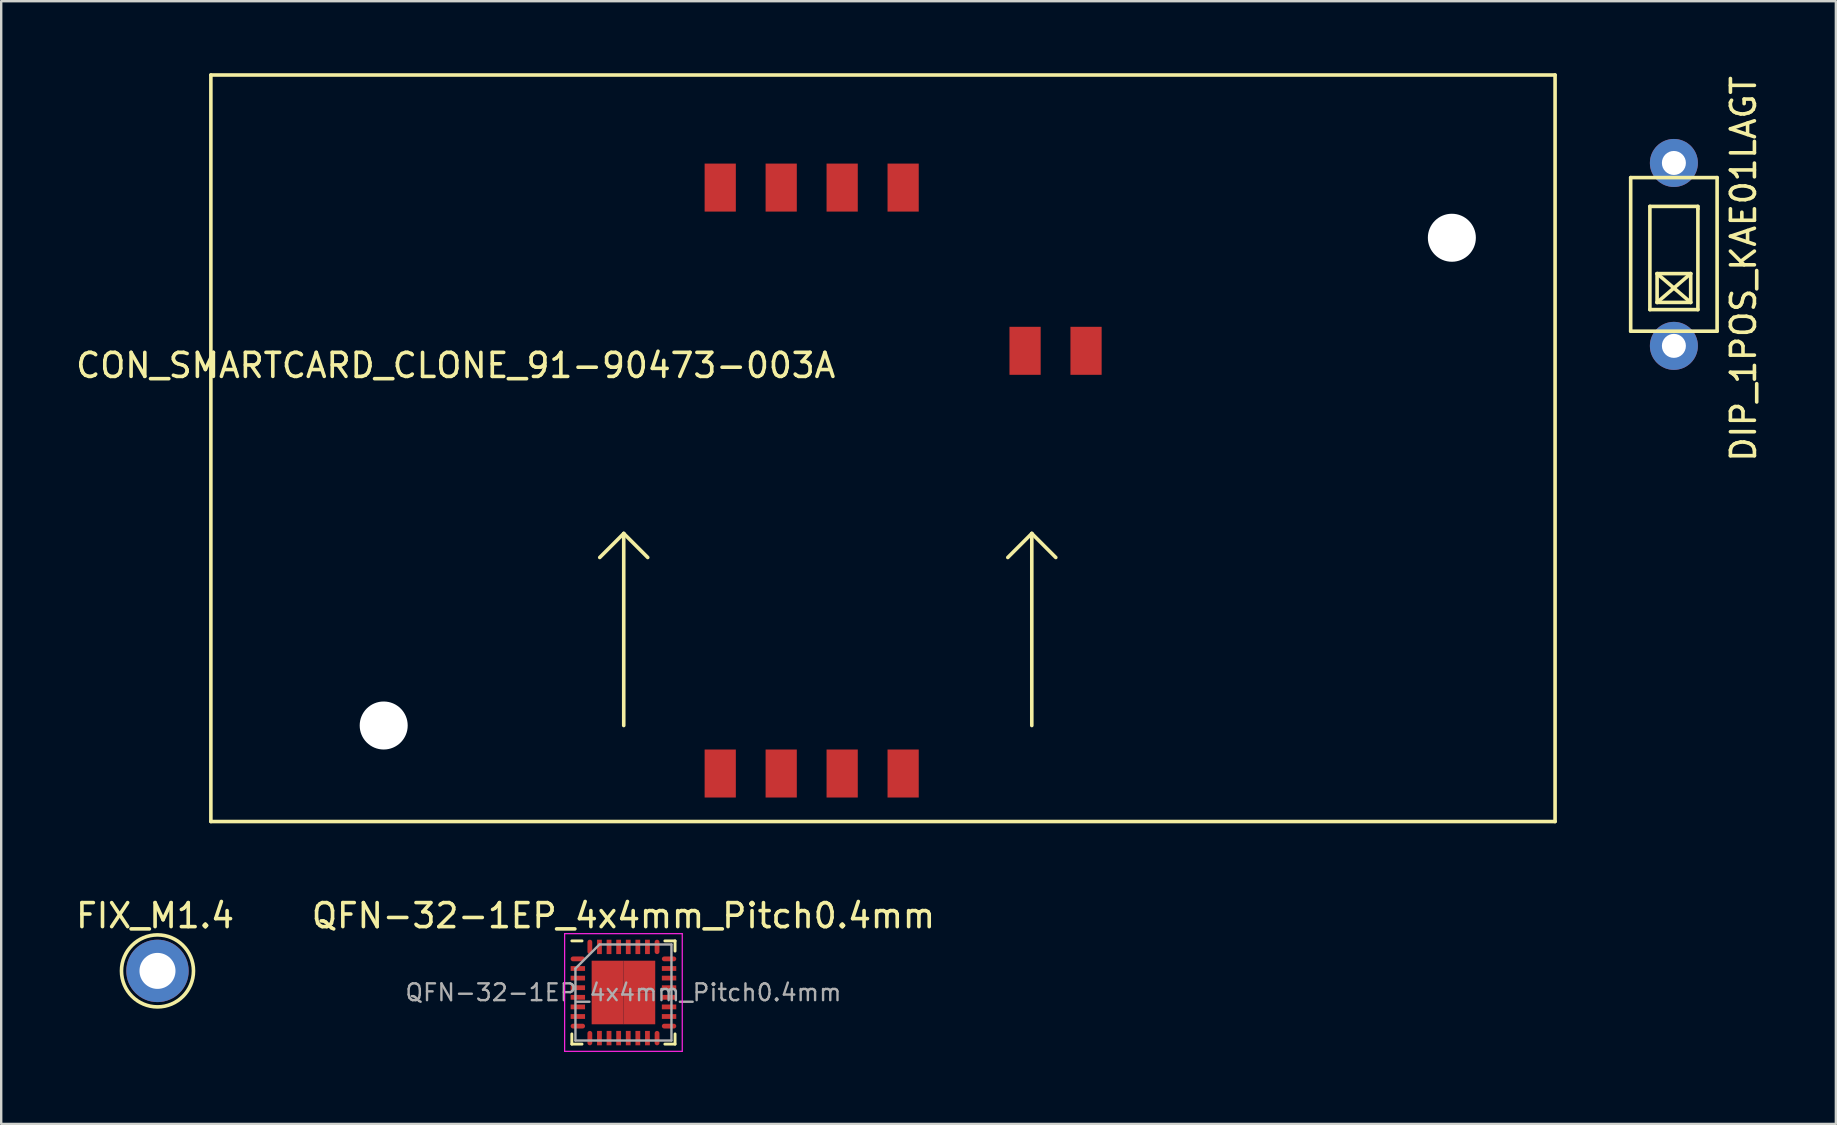
<source format=kicad_pcb>
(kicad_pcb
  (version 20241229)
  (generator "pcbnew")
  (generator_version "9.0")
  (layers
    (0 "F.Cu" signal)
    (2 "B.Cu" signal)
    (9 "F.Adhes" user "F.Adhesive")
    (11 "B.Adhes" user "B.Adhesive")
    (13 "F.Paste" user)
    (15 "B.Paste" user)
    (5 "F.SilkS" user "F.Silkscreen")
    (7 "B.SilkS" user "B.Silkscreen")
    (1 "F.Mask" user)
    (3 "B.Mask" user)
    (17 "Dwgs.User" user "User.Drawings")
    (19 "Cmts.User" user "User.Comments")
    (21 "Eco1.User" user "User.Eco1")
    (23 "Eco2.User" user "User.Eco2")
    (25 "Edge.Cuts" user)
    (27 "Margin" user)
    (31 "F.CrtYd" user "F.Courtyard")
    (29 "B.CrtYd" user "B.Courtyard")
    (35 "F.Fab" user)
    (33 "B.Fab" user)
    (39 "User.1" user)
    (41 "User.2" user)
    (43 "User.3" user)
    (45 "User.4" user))
  (footprint "DIP_1POS_KAE01LAGT"
    (layer "F.Cu")
    (at 66.685 7.549)
    (property "Reference" "DIP_1POS_KAE01LAGT" (at 2.9 0.6 90) (layer "F.SilkS") (effects (font (size 1 1) (thickness 0.15))))
    (attr through_hole)
    (fp_line (start -1.8 -3.2) (end 1.8 -3.2) (stroke (width 0.15) (type solid)) (layer "F.SilkS"))
    (fp_line (start -1.8 3.2) (end -1.8 -3.2) (stroke (width 0.15) (type solid)) (layer "F.SilkS"))
    (fp_line (start -1 -2) (end -1 2.3) (stroke (width 0.15) (type solid)) (layer "F.SilkS"))
    (fp_line (start -1 2.3) (end 1 2.3) (stroke (width 0.15) (type solid)) (layer "F.SilkS"))
    (fp_line (start -0.7 0.8) (end -0.7 2) (stroke (width 0.15) (type solid)) (layer "F.SilkS"))
    (fp_line (start -0.7 0.8) (end 0.7 2) (stroke (width 0.15) (type solid)) (layer "F.SilkS"))
    (fp_line (start -0.7 2) (end 0.7 0.8) (stroke (width 0.15) (type solid)) (layer "F.SilkS"))
    (fp_line (start -0.7 2) (end 0.7 2) (stroke (width 0.15) (type solid)) (layer "F.SilkS"))
    (fp_line (start 0.7 0.8) (end -0.7 0.8) (stroke (width 0.15) (type solid)) (layer "F.SilkS"))
    (fp_line (start 0.7 2) (end 0.7 0.8) (stroke (width 0.15) (type solid)) (layer "F.SilkS"))
    (fp_line (start 1 -2) (end -1 -2) (stroke (width 0.15) (type solid)) (layer "F.SilkS"))
    (fp_line (start 1 -1.9) (end 1 -2) (stroke (width 0.15) (type solid)) (layer "F.SilkS"))
    (fp_line (start 1 2.3) (end 1 -1.9) (stroke (width 0.15) (type solid)) (layer "F.SilkS"))
    (fp_line (start 1.8 -3.2) (end 1.8 3.2) (stroke (width 0.15) (type solid)) (layer "F.SilkS"))
    (fp_line (start 1.8 3.2) (end -1.8 3.2) (stroke (width 0.15) (type solid)) (layer "F.SilkS"))
    (pad "1" thru_hole circle (at 0 -3.81) (size 2 2) (drill 1) (layers "*.Cu" "*.Mask"))
    (pad "2" thru_hole circle (at 0 3.81) (size 2 2) (drill 1) (layers "*.Cu" "*.Mask")))
  (footprint "CON_SMARTCARD_CLONE_91-90473-003A"
    (layer "F.Cu")
    (at 12.935 27.175)
    (property "Reference" "CON_SMARTCARD_CLONE_91-90473-003A" (at 3 -15 0) (layer "F.SilkS") (effects (font (size 1 1) (thickness 0.15))))
    (attr through_hole)
    (fp_line (start -7.2 -27.1) (end 48.8 -27.1) (stroke (width 0.15) (type solid)) (layer "F.SilkS"))
    (fp_line (start -7.2 4) (end -7.2 -27.1) (stroke (width 0.15) (type solid)) (layer "F.SilkS"))
    (fp_line (start 10 -8) (end 9 -7) (stroke (width 0.15) (type solid)) (layer "F.SilkS"))
    (fp_line (start 10 -8) (end 11 -7) (stroke (width 0.15) (type solid)) (layer "F.SilkS"))
    (fp_line (start 10 0) (end 10 -8) (stroke (width 0.15) (type solid)) (layer "F.SilkS"))
    (fp_line (start 26 -7) (end 27 -8) (stroke (width 0.15) (type solid)) (layer "F.SilkS"))
    (fp_line (start 27 -8) (end 28 -7) (stroke (width 0.15) (type solid)) (layer "F.SilkS"))
    (fp_line (start 27 0) (end 27 -8) (stroke (width 0.15) (type solid)) (layer "F.SilkS"))
    (fp_line (start 48.8 -27.1) (end 48.8 4) (stroke (width 0.15) (type solid)) (layer "F.SilkS"))
    (fp_line (start 48.8 4) (end -7.2 4) (stroke (width 0.15) (type solid)) (layer "F.SilkS"))
    (pad "" np_thru_hole circle (at 0 0) (size 2 2) (drill 2) (layers "*.Cu" "*.Mask"))
    (pad "" np_thru_hole circle (at 44.5 -20.32) (size 2 2) (drill 2) (layers "*.Cu" "*.Mask"))
    (pad "C1" smd rect (at 14.02 -22.41) (size 1.3 2) (layers "F.Cu" "F.Mask" "F.Paste"))
    (pad "C2" smd rect (at 16.56 -22.41) (size 1.3 2) (layers "F.Cu" "F.Mask" "F.Paste"))
    (pad "C3" smd rect (at 19.1 -22.41) (size 1.3 2) (layers "F.Cu" "F.Mask" "F.Paste"))
    (pad "C4" smd rect (at 21.64 -22.41) (size 1.3 2) (layers "F.Cu" "F.Mask" "F.Paste"))
    (pad "C5" smd rect (at 14.02 2) (size 1.3 2) (layers "F.Cu" "F.Mask" "F.Paste"))
    (pad "C6" smd rect (at 16.56 2) (size 1.3 2) (layers "F.Cu" "F.Mask" "F.Paste"))
    (pad "C7" smd rect (at 19.1 2) (size 1.3 2) (layers "F.Cu" "F.Mask" "F.Paste"))
    (pad "C8" smd rect (at 21.64 2) (size 1.3 2) (layers "F.Cu" "F.Mask" "F.Paste"))
    (pad "S1" smd rect (at 26.72 -15.61) (size 1.3 2) (layers "F.Cu" "F.Mask" "F.Paste"))
    (pad "S2" smd rect (at 29.26 -15.61) (size 1.3 2) (layers "F.Cu" "F.Mask" "F.Paste")))
  (footprint "FIX_M1.4"
    (layer "F.Cu")
    (at 3.511 37.398)
    (property "Reference" "FIX_M1.4" (at -0.1 -2.3 0) (layer "F.SilkS") (effects (font (size 1 1) (thickness 0.15))))
    (attr through_hole)
    (fp_circle (center 0 0) (end 1.5 0) (stroke (width 0.15) (type solid)) (fill no) (layer "F.SilkS"))
    (pad "1" thru_hole circle (at 0 0) (size 2.6 2.6) (drill 1.5) (layers "*.Cu" "*.Mask")))
  (footprint "QFN-32-1EP_4x4mm_Pitch0.4mm"
    (layer "F.Cu")
    (at 22.923 38.298)
    (property "Reference" "QFN-32-1EP_4x4mm_Pitch0.4mm" (at 0 -3.2 0) (layer "F.SilkS") (effects (font (size 1 1) (thickness 0.15))))
    (attr smd)
    (fp_line (start -2.15 -2.15) (end -1.725 -2.15) (stroke (width 0.12) (type solid)) (layer "F.SilkS"))
    (fp_line (start -2.15 2.15) (end -2.15 1.725) (stroke (width 0.12) (type solid)) (layer "F.SilkS"))
    (fp_line (start -2.15 2.15) (end -1.725 2.15) (stroke (width 0.12) (type solid)) (layer "F.SilkS"))
    (fp_line (start 2.15 -2.15) (end 1.725 -2.15) (stroke (width 0.12) (type solid)) (layer "F.SilkS"))
    (fp_line (start 2.15 -2.15) (end 2.15 -1.725) (stroke (width 0.12) (type solid)) (layer "F.SilkS"))
    (fp_line (start 2.15 2.15) (end 1.725 2.15) (stroke (width 0.12) (type solid)) (layer "F.SilkS"))
    (fp_line (start 2.15 2.15) (end 2.15 1.725) (stroke (width 0.12) (type solid)) (layer "F.SilkS"))
    (fp_line (start -2.45 -2.45) (end -2.45 2.45) (stroke (width 0.05) (type solid)) (layer "F.CrtYd"))
    (fp_line (start -2.45 -2.45) (end 2.45 -2.45) (stroke (width 0.05) (type solid)) (layer "F.CrtYd"))
    (fp_line (start -2.45 2.45) (end 2.45 2.45) (stroke (width 0.05) (type solid)) (layer "F.CrtYd"))
    (fp_line (start 2.45 -2.45) (end 2.45 2.45) (stroke (width 0.05) (type solid)) (layer "F.CrtYd"))
    (fp_line (start -2 -1) (end -1 -2) (stroke (width 0.1) (type solid)) (layer "F.Fab"))
    (fp_line (start -2 2) (end -2 -1) (stroke (width 0.1) (type solid)) (layer "F.Fab"))
    (fp_line (start -1 -2) (end 2 -2) (stroke (width 0.1) (type solid)) (layer "F.Fab"))
    (fp_line (start 2 -2) (end 2 2) (stroke (width 0.1) (type solid)) (layer "F.Fab"))
    (fp_line (start 2 2) (end -2 2) (stroke (width 0.1) (type solid)) (layer "F.Fab"))
    (fp_text user "${REFERENCE}" (at 0 0 0) (layer "F.Fab") (effects (font (size 0.7 0.7) (thickness 0.1))))
    (pad "1" smd oval (at -1.9 -1.4) (size 0.6 0.2) (layers "F.Cu" "F.Mask" "F.Paste"))
    (pad "2" smd rect (at -1.9 -1) (size 0.6 0.2) (layers "F.Cu" "F.Mask" "F.Paste"))
    (pad "3" smd rect (at -1.9 -0.6) (size 0.6 0.2) (layers "F.Cu" "F.Mask" "F.Paste"))
    (pad "4" smd rect (at -1.9 -0.2) (size 0.6 0.2) (layers "F.Cu" "F.Mask" "F.Paste"))
    (pad "5" smd rect (at -1.9 0.2) (size 0.6 0.2) (layers "F.Cu" "F.Mask" "F.Paste"))
    (pad "6" smd rect (at -1.9 0.6) (size 0.6 0.2) (layers "F.Cu" "F.Mask" "F.Paste"))
    (pad "7" smd rect (at -1.9 1) (size 0.6 0.2) (layers "F.Cu" "F.Mask" "F.Paste"))
    (pad "8" smd oval (at -1.9 1.4) (size 0.6 0.2) (layers "F.Cu" "F.Mask" "F.Paste"))
    (pad "9" smd oval (at -1.4 1.9 90) (size 0.6 0.2) (layers "F.Cu" "F.Mask" "F.Paste"))
    (pad "10" smd rect (at -1 1.9 90) (size 0.6 0.2) (layers "F.Cu" "F.Mask" "F.Paste"))
    (pad "11" smd rect (at -0.6 1.9 90) (size 0.6 0.2) (layers "F.Cu" "F.Mask" "F.Paste"))
    (pad "12" smd rect (at -0.2 1.9 90) (size 0.6 0.2) (layers "F.Cu" "F.Mask" "F.Paste"))
    (pad "13" smd rect (at 0.2 1.9 90) (size 0.6 0.2) (layers "F.Cu" "F.Mask" "F.Paste"))
    (pad "14" smd rect (at 0.6 1.9 90) (size 0.6 0.2) (layers "F.Cu" "F.Mask" "F.Paste"))
    (pad "15" smd rect (at 1 1.9 90) (size 0.6 0.2) (layers "F.Cu" "F.Mask" "F.Paste"))
    (pad "16" smd oval (at 1.4 1.9 90) (size 0.6 0.2) (layers "F.Cu" "F.Mask" "F.Paste"))
    (pad "17" smd oval (at 1.9 1.4) (size 0.6 0.2) (layers "F.Cu" "F.Mask" "F.Paste"))
    (pad "18" smd rect (at 1.9 1) (size 0.6 0.2) (layers "F.Cu" "F.Mask" "F.Paste"))
    (pad "19" smd rect (at 1.9 0.6) (size 0.6 0.2) (layers "F.Cu" "F.Mask" "F.Paste"))
    (pad "20" smd rect (at 1.9 0.2) (size 0.6 0.2) (layers "F.Cu" "F.Mask" "F.Paste"))
    (pad "21" smd rect (at 1.9 -0.2) (size 0.6 0.2) (layers "F.Cu" "F.Mask" "F.Paste"))
    (pad "22" smd rect (at 1.9 -0.6) (size 0.6 0.2) (layers "F.Cu" "F.Mask" "F.Paste"))
    (pad "23" smd rect (at 1.9 -1) (size 0.6 0.2) (layers "F.Cu" "F.Mask" "F.Paste"))
    (pad "24" smd oval (at 1.9 -1.4) (size 0.6 0.2) (layers "F.Cu" "F.Mask" "F.Paste"))
    (pad "25" smd oval (at 1.4 -1.9 90) (size 0.6 0.2) (layers "F.Cu" "F.Mask" "F.Paste"))
    (pad "26" smd rect (at 1 -1.9 90) (size 0.6 0.2) (layers "F.Cu" "F.Mask" "F.Paste"))
    (pad "27" smd rect (at 0.6 -1.9 90) (size 0.6 0.2) (layers "F.Cu" "F.Mask" "F.Paste"))
    (pad "28" smd rect (at 0.2 -1.9 90) (size 0.6 0.2) (layers "F.Cu" "F.Mask" "F.Paste"))
    (pad "29" smd rect (at -0.2 -1.9 90) (size 0.6 0.2) (layers "F.Cu" "F.Mask" "F.Paste"))
    (pad "30" smd rect (at -0.6 -1.9 90) (size 0.6 0.2) (layers "F.Cu" "F.Mask" "F.Paste"))
    (pad "31" smd rect (at -1 -1.9 90) (size 0.6 0.2) (layers "F.Cu" "F.Mask" "F.Paste"))
    (pad "32" smd oval (at -1.4 -1.9 90) (size 0.6 0.2) (layers "F.Cu" "F.Mask" "F.Paste"))
    (pad "33" smd rect (at -0.662 -0.662) (size 1.325 1.325) (layers "F.Cu" "F.Mask" "F.Paste"))
    (pad "33" smd rect (at -0.662 0.662) (size 1.325 1.325) (layers "F.Cu" "F.Mask" "F.Paste"))
    (pad "33" smd rect (at 0.662 -0.662) (size 1.325 1.325) (layers "F.Cu" "F.Mask" "F.Paste"))
    (pad "33" smd rect (at 0.662 0.662) (size 1.325 1.325) (layers "F.Cu" "F.Mask" "F.Paste")))
  (gr_rect
    (start -3 -3)
    (end 73.433 43.773)
    (stroke (width 0.1) (type default))
    (fill no)
    (layer "Edge.Cuts")))
</source>
